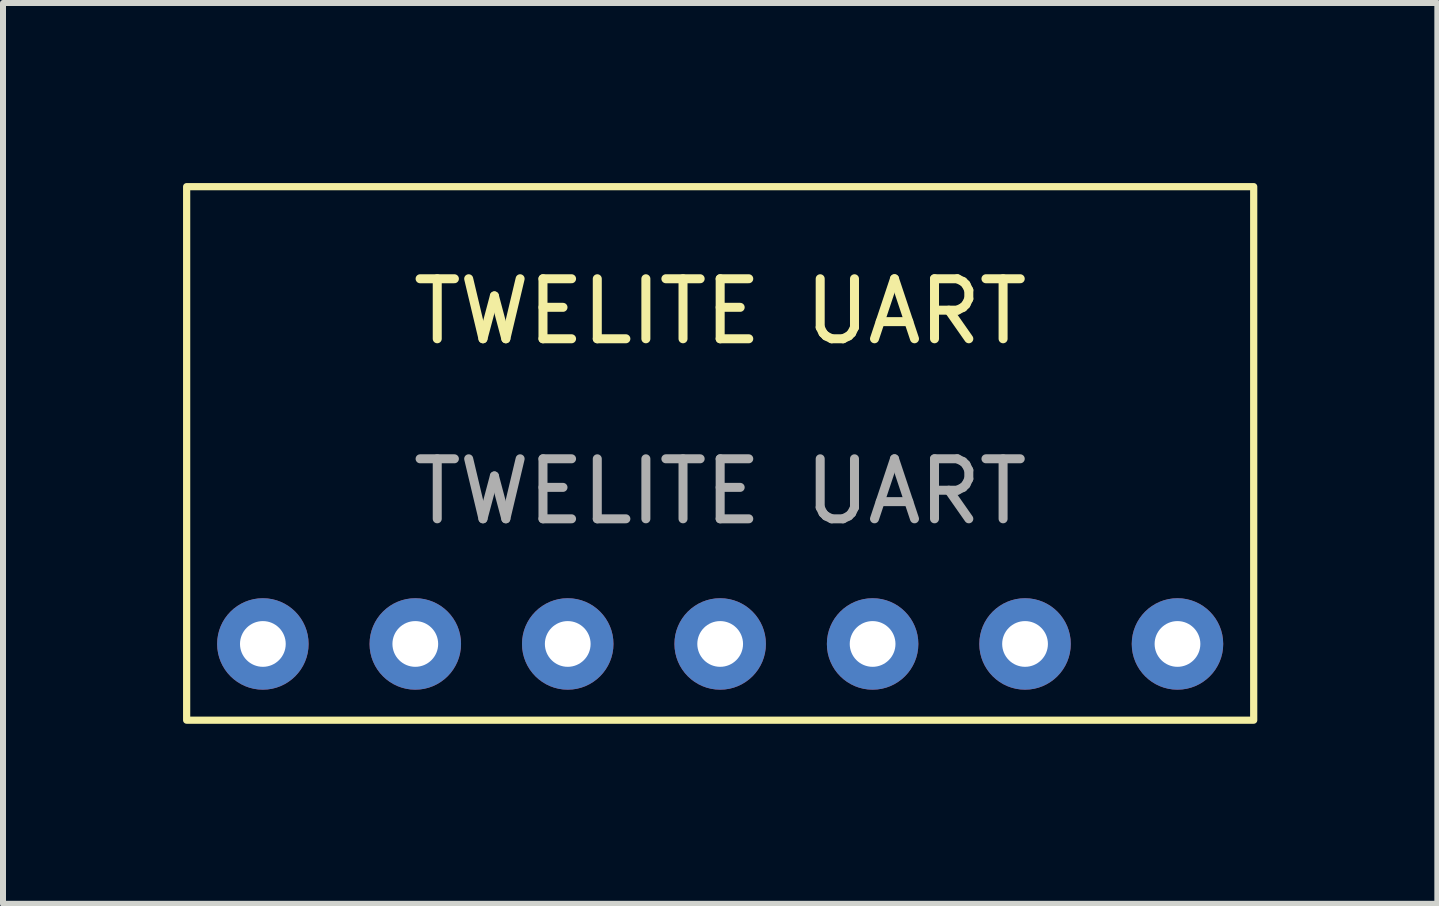
<source format=kicad_pcb>
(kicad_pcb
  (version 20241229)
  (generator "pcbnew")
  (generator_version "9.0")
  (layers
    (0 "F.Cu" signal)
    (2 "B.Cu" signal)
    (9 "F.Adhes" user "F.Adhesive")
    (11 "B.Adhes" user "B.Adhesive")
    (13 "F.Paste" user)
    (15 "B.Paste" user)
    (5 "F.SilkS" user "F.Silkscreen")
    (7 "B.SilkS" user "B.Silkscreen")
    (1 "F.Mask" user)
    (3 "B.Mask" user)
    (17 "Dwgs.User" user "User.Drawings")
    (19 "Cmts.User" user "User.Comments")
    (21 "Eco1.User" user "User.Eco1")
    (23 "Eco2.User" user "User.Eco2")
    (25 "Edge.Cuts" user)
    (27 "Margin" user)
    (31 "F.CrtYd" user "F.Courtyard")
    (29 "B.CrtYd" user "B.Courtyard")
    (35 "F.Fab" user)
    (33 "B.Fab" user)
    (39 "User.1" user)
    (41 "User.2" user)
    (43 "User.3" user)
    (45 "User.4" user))
  (footprint "TWELITE UART"
    (layer "F.Cu")
    (at 8.95 4.68)
    (property "Reference" "TWELITE UART" (at 0 -2.54 0) (unlocked yes) (layer "F.SilkS") (effects (font (size 1 1) (thickness 0.15))))
    (attr through_hole)
    (fp_rect (start -8.89 4.27) (end 8.89 -4.62) (stroke (width 0.12) (type solid)) (fill no) (layer "F.SilkS"))
    (fp_text user "${REFERENCE}" (at 0 0.46 0) (unlocked yes) (layer "F.Fab") (effects (font (size 1 1) (thickness 0.15))))
    (pad "1" thru_hole circle (at -7.62 3) (size 1.524 1.524) (drill 0.762) (layers "*.Cu" "*.Mask"))
    (pad "2" thru_hole circle (at -5.08 3) (size 1.524 1.524) (drill 0.762) (layers "*.Cu" "*.Mask"))
    (pad "3" thru_hole circle (at -2.54 3) (size 1.524 1.524) (drill 0.762) (layers "*.Cu" "*.Mask"))
    (pad "4" thru_hole circle (at 0 3) (size 1.524 1.524) (drill 0.762) (layers "*.Cu" "*.Mask"))
    (pad "5" thru_hole circle (at 2.54 3) (size 1.524 1.524) (drill 0.762) (layers "*.Cu" "*.Mask"))
    (pad "6" thru_hole circle (at 5.08 3) (size 1.524 1.524) (drill 0.762) (layers "*.Cu" "*.Mask"))
    (pad "7" thru_hole circle (at 7.62 3) (size 1.524 1.524) (drill 0.762) (layers "*.Cu" "*.Mask")))
  (gr_rect
    (start -3 -3)
    (end 20.9 12.01)
    (stroke (width 0.1) (type default))
    (fill no)
    (layer "Edge.Cuts")))
</source>
